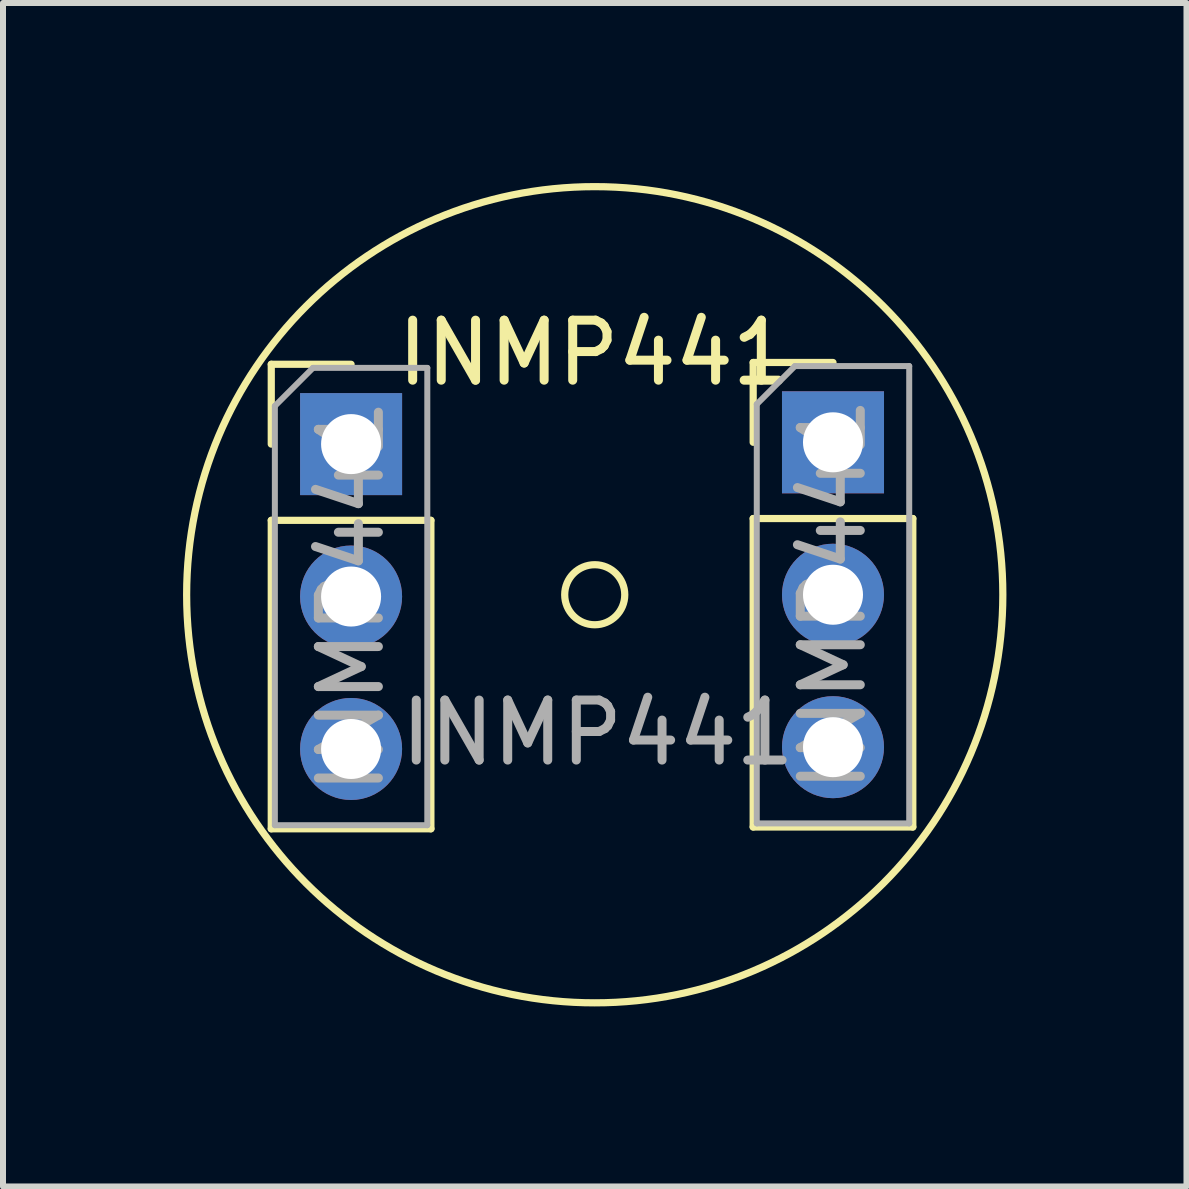
<source format=kicad_pcb>
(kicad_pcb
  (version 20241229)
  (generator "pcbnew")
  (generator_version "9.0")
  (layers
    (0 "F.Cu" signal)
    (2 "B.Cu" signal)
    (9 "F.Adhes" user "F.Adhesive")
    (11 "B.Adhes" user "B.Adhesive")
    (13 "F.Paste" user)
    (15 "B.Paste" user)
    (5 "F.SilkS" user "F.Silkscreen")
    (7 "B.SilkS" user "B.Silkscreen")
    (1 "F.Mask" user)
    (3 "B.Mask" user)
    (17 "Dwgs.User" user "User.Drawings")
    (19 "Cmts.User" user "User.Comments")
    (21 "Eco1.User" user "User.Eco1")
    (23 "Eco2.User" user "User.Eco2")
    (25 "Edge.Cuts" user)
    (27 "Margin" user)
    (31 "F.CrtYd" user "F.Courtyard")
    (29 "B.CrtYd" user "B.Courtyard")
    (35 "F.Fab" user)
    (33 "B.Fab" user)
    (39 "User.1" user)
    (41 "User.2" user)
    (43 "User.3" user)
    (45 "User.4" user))
  (footprint "INMP441"
    (layer "F.Cu")
    (at 6.86 6.86)
    (property "Reference" "INMP441" (at -0.01 -4.03 0) (unlocked yes) (layer "F.SilkS") (effects (font (size 1 1) (thickness 0.15))))
    (attr through_hole)
    (fp_line (start -5.39 -3.84) (end -4.06 -3.84) (stroke (width 0.12) (type solid)) (layer "F.SilkS"))
    (fp_line (start -5.39 -2.51) (end -5.39 -3.84) (stroke (width 0.12) (type solid)) (layer "F.SilkS"))
    (fp_line (start -5.39 -1.24) (end -5.39 3.9) (stroke (width 0.12) (type solid)) (layer "F.SilkS"))
    (fp_line (start -5.39 -1.24) (end -2.73 -1.24) (stroke (width 0.12) (type solid)) (layer "F.SilkS"))
    (fp_line (start -5.39 3.9) (end -2.73 3.9) (stroke (width 0.12) (type solid)) (layer "F.SilkS"))
    (fp_line (start -2.73 -1.24) (end -2.73 3.9) (stroke (width 0.12) (type solid)) (layer "F.SilkS"))
    (fp_line (start 2.64 -3.87) (end 3.97 -3.87) (stroke (width 0.12) (type solid)) (layer "F.SilkS"))
    (fp_line (start 2.64 -2.54) (end 2.64 -3.87) (stroke (width 0.12) (type solid)) (layer "F.SilkS"))
    (fp_line (start 2.64 -1.27) (end 2.64 3.87) (stroke (width 0.12) (type solid)) (layer "F.SilkS"))
    (fp_line (start 2.64 -1.27) (end 5.3 -1.27) (stroke (width 0.12) (type solid)) (layer "F.SilkS"))
    (fp_line (start 2.64 3.87) (end 5.3 3.87) (stroke (width 0.12) (type solid)) (layer "F.SilkS"))
    (fp_line (start 5.3 -1.27) (end 5.3 3.87) (stroke (width 0.12) (type solid)) (layer "F.SilkS"))
    (fp_circle (center 0 0) (end 0.02 -0.5) (stroke (width 0.12) (type solid)) (fill no) (layer "F.SilkS"))
    (fp_circle (center 0 0) (end 6.8 0) (stroke (width 0.12) (type solid)) (fill no) (layer "F.SilkS"))
    (fp_line (start -5.33 -3.145) (end -4.695 -3.78) (stroke (width 0.1) (type solid)) (layer "F.Fab"))
    (fp_line (start -5.33 3.84) (end -5.33 -3.145) (stroke (width 0.1) (type solid)) (layer "F.Fab"))
    (fp_line (start -4.695 -3.78) (end -2.79 -3.78) (stroke (width 0.1) (type solid)) (layer "F.Fab"))
    (fp_line (start -2.79 -3.78) (end -2.79 3.84) (stroke (width 0.1) (type solid)) (layer "F.Fab"))
    (fp_line (start -2.79 3.84) (end -5.33 3.84) (stroke (width 0.1) (type solid)) (layer "F.Fab"))
    (fp_line (start 2.7 -3.175) (end 3.335 -3.81) (stroke (width 0.1) (type solid)) (layer "F.Fab"))
    (fp_line (start 2.7 3.81) (end 2.7 -3.175) (stroke (width 0.1) (type solid)) (layer "F.Fab"))
    (fp_line (start 3.335 -3.81) (end 5.24 -3.81) (stroke (width 0.1) (type solid)) (layer "F.Fab"))
    (fp_line (start 5.24 -3.81) (end 5.24 3.81) (stroke (width 0.1) (type solid)) (layer "F.Fab"))
    (fp_line (start 5.24 3.81) (end 2.7 3.81) (stroke (width 0.1) (type solid)) (layer "F.Fab"))
    (fp_text user "${REFERENCE}" (at 0.05 2.3 0) (unlocked yes) (layer "F.Fab") (effects (font (size 1 1) (thickness 0.15))))
    (fp_text user "${REFERENCE}" (at 3.97 0 90) (layer "F.Fab") (effects (font (size 1 1) (thickness 0.15))))
    (fp_text user "${REFERENCE}" (at -4.06 0.03 90) (layer "F.Fab") (effects (font (size 1 1) (thickness 0.15))))
    (pad "1" thru_hole rect (at -4.06 -2.51) (size 1.7 1.7) (drill 1) (layers "*.Cu" "*.Mask"))
    (pad "2" thru_hole oval (at -4.06 0.03) (size 1.7 1.7) (drill 1) (layers "*.Cu" "*.Mask"))
    (pad "3" thru_hole oval (at -4.06 2.57) (size 1.7 1.7) (drill 1) (layers "*.Cu" "*.Mask"))
    (pad "4" thru_hole oval (at 3.97 2.54) (size 1.7 1.7) (drill 1) (layers "*.Cu" "*.Mask"))
    (pad "5" thru_hole oval (at 3.97 0) (size 1.7 1.7) (drill 1) (layers "*.Cu" "*.Mask"))
    (pad "6" thru_hole rect (at 3.97 -2.54) (size 1.7 1.7) (drill 1) (layers "*.Cu" "*.Mask")))
  (gr_rect
    (start -3 -3)
    (end 16.72 16.72)
    (stroke (width 0.1) (type default))
    (fill no)
    (layer "Edge.Cuts")))
</source>
